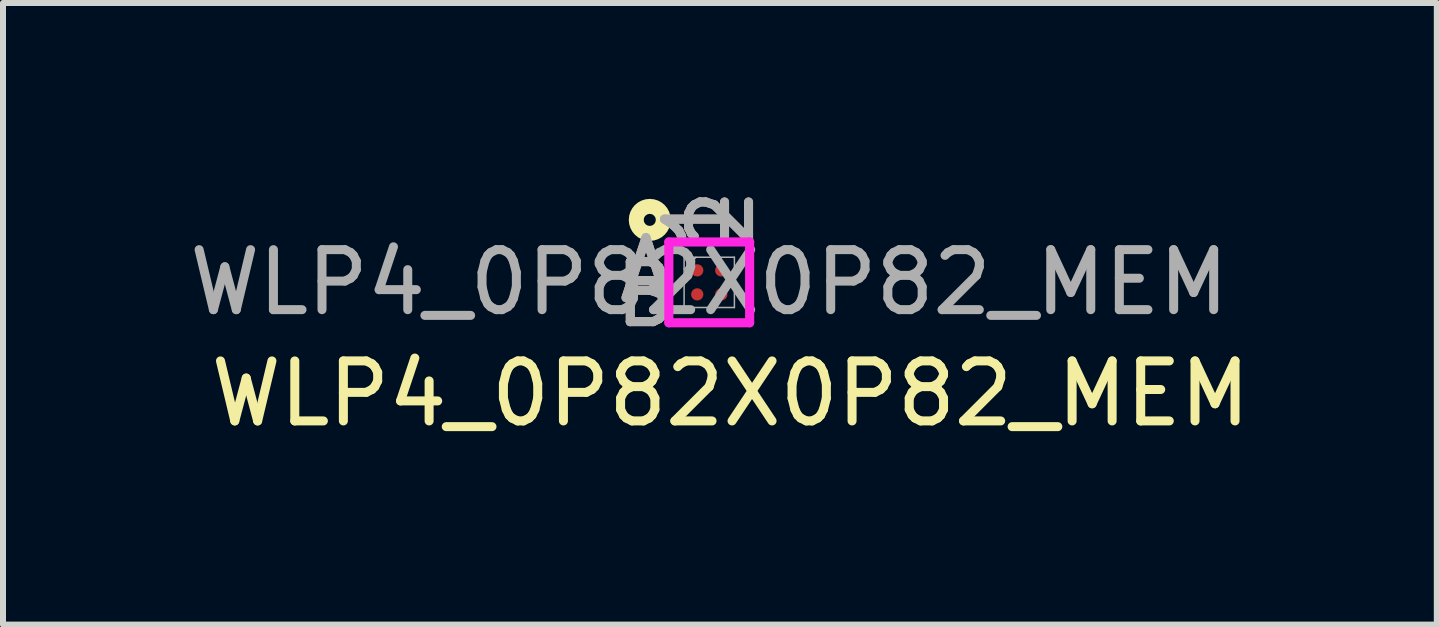
<source format=kicad_pcb>
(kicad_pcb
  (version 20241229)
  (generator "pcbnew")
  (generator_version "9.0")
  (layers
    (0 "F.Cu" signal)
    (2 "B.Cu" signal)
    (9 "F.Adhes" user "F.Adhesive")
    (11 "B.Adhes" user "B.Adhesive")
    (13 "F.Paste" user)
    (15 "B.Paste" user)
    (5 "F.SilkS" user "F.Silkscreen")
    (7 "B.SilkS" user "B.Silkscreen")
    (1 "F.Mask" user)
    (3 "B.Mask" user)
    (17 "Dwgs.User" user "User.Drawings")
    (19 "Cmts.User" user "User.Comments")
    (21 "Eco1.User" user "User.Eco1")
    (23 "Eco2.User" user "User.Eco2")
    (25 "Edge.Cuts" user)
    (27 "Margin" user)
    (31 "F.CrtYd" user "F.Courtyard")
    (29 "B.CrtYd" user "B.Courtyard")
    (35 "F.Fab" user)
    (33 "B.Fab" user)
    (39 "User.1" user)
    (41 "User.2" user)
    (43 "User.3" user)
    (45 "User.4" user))
  (footprint "WLP4_0P82X0P82_MEM"
    (layer "F.Cu")
    (at 8.768 1.655)
    (property "Reference" "WLP4_0P82X0P82_MEM" (at 0.356 1.854 0) (unlocked yes) (layer "F.SilkS") (effects (font (size 1 1) (thickness 0.15))))
    (attr smd)
    (fp_circle (center -0.991 -1.041) (end -0.891 -1.041) (stroke (width 0.25) (type solid)) (fill no) (layer "F.SilkS"))
    (fp_poly (pts (xy -0.845 -0.845) (xy 0.845 -0.845) (xy 0.845 0.845) (xy -0.845 0.845)) (stroke (width 0.1) (type solid)) (fill no) (layer "Eco2.User"))
    (fp_line (start -0.673 -0.673) (end 0.673 -0.673) (stroke (width 0.152) (type solid)) (layer "F.CrtYd"))
    (fp_line (start -0.673 0.673) (end -0.673 -0.673) (stroke (width 0.152) (type solid)) (layer "F.CrtYd"))
    (fp_line (start 0.673 -0.673) (end 0.673 0.673) (stroke (width 0.152) (type solid)) (layer "F.CrtYd"))
    (fp_line (start 0.673 0.673) (end -0.673 0.673) (stroke (width 0.152) (type solid)) (layer "F.CrtYd"))
    (fp_line (start -0.419 -0.419) (end -0.419 0.419) (stroke (width 0.025) (type solid)) (layer "F.Fab"))
    (fp_line (start -0.419 0.419) (end 0.419 0.419) (stroke (width 0.025) (type solid)) (layer "F.Fab"))
    (fp_line (start -0.219 -0.419) (end -0.419 -0.219) (stroke (width 0.025) (type solid)) (layer "F.Fab"))
    (fp_line (start 0.419 -0.419) (end -0.419 -0.419) (stroke (width 0.025) (type solid)) (layer "F.Fab"))
    (fp_line (start 0.419 0.419) (end 0.419 -0.419) (stroke (width 0.025) (type solid)) (layer "F.Fab"))
    (fp_text user "2" (at 0.2 -1.054 90) (unlocked yes) (layer "B.SilkS") (effects (font (size 1 1) (thickness 0.15))))
    (fp_text user "A" (at -1.054 -0.2 0) (unlocked yes) (layer "B.SilkS") (effects (font (size 1 1) (thickness 0.15))))
    (fp_text user "1" (at -0.2 -1.054 90) (unlocked yes) (layer "B.SilkS") (effects (font (size 1 1) (thickness 0.15))))
    (fp_text user "B" (at -1.054 0.2 0) (unlocked yes) (layer "B.SilkS") (effects (font (size 1 1) (thickness 0.15))))
    (fp_text user "${REFERENCE}" (at 0 0 0) (unlocked yes) (layer "F.Fab") (effects (font (size 1 1) (thickness 0.15))))
    (fp_text user "2" (at 0.2 -1.054 90) (unlocked yes) (layer "F.Fab") (effects (font (size 1 1) (thickness 0.15))))
    (fp_text user "B" (at -1.054 0.2 0) (unlocked yes) (layer "F.Fab") (effects (font (size 1 1) (thickness 0.15))))
    (fp_text user "A" (at -1.054 -0.2 0) (unlocked yes) (layer "F.Fab") (effects (font (size 1 1) (thickness 0.15))))
    (fp_text user "1" (at -0.2 -1.054 90) (unlocked yes) (layer "F.Fab") (effects (font (size 1 1) (thickness 0.15))))
    (pad "A1" smd circle (at -0.2 -0.2) (size 0.203 0.203) (layers "F.Cu" "F.Mask" "F.Paste"))
    (pad "A2" smd circle (at 0.2 -0.2) (size 0.203 0.203) (layers "F.Cu" "F.Mask" "F.Paste"))
    (pad "B1" smd circle (at -0.2 0.2) (size 0.203 0.203) (layers "F.Cu" "F.Mask" "F.Paste"))
    (pad "B2" smd circle (at 0.2 0.2) (size 0.203 0.203) (layers "F.Cu" "F.Mask" "F.Paste")))
  (gr_rect
    (start -3 -3)
    (end 20.891 7.358)
    (stroke (width 0.1) (type default))
    (fill no)
    (layer "Edge.Cuts")))
</source>
